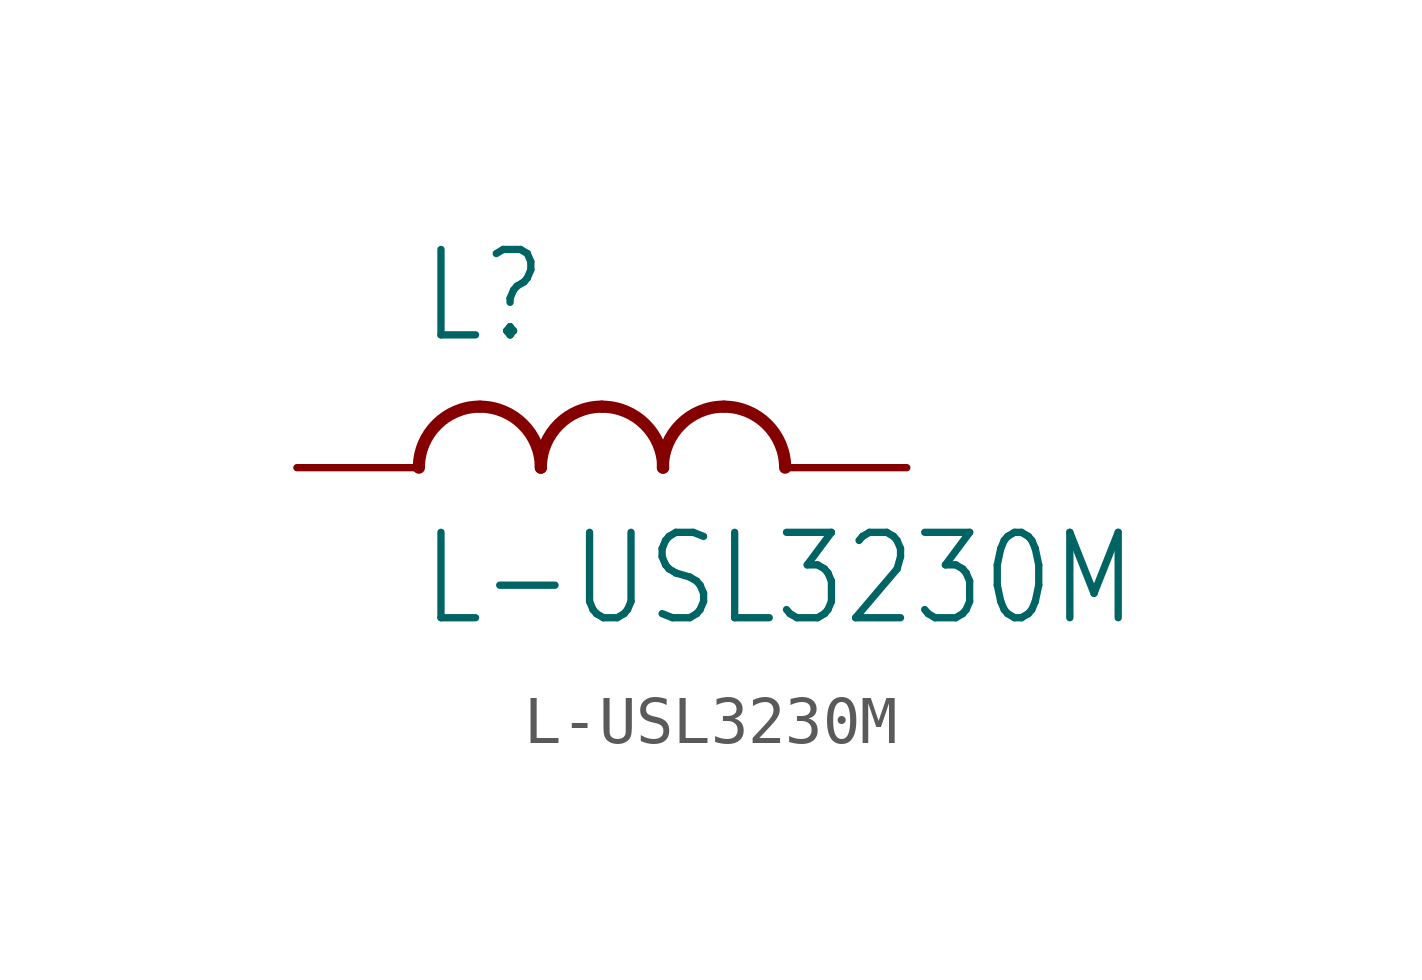
<source format=kicad_sym>
(kicad_symbol_lib
  (version 20211014)
  (generator kicad_symbol_editor)
  (symbol "L-USL3230M"
    (property "Reference" "L"
      (at -5.08 2.54 0)
      (effects (font (size 1.778 1.511)) (justify left bottom)))
    (property "Value" "L-USL3230M"
      (at -5.08 -1.27 0)
      (effects (font (size 1.778 1.511)) (justify left top)))
    (property "ki_locked" ""
      (at 0 0 0)
      (effects (font (size 1.27 1.27))))
    (symbol "L-USL3230M_1_0"
      (arc (start -3.81 1.27) (mid -4.708 0.898) (end -5.08 0) (stroke (width 0.254) (type default) (color 0 0 0 0)) (fill (type none)))
      (arc (start -2.54 0) (mid -2.912 0.898) (end -3.81 1.27) (stroke (width 0.254) (type default) (color 0 0 0 0)) (fill (type none)))
      (arc (start -1.27 1.27) (mid -2.168 0.898) (end -2.54 0) (stroke (width 0.254) (type default) (color 0 0 0 0)) (fill (type none)))
      (arc (start 0 0) (mid -0.372 0.898) (end -1.27 1.27) (stroke (width 0.254) (type default) (color 0 0 0 0)) (fill (type none)))
      (arc (start 1.27 1.27) (mid 0.372 0.898) (end 0 0) (stroke (width 0.254) (type default) (color 0 0 0 0)) (fill (type none)))
      (arc (start 2.54 0) (mid 2.168 0.898) (end 1.27 1.27) (stroke (width 0.254) (type default) (color 0 0 0 0)) (fill (type none)))
      (pin passive line (at -7.62 0 0) (length 2.54) (name "1" (effects (font (size 0 0)))) (number "1" (effects (font (size 0 0)))))
      (pin passive line (at 5.08 0 180) (length 2.54) (name "2" (effects (font (size 0 0)))) (number "2" (effects (font (size 0 0))))))))
</source>
